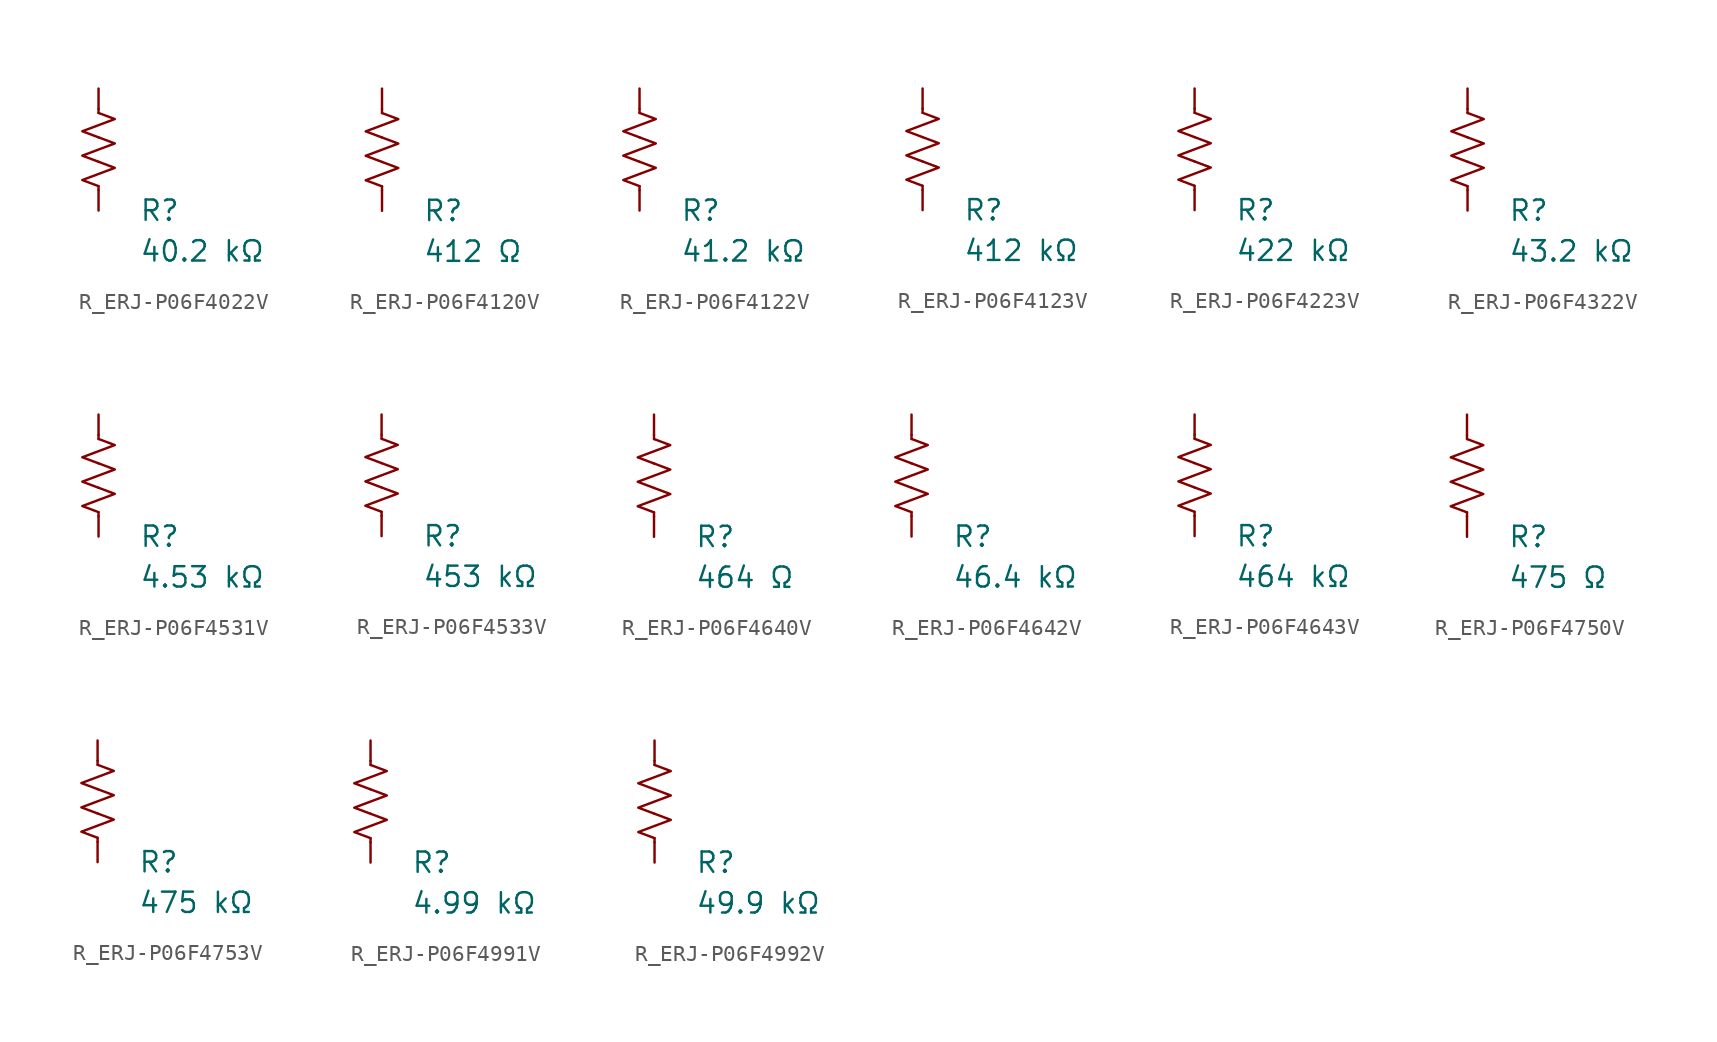
<source format=kicad_sym>
(kicad_symbol_lib
  (version 20231120)
  (generator "kicad_symbol_editor")
  (generator_version "8.0")
  (symbol "R_ERJ-P06F4022V"
    (pin_numbers hide)
    (pin_names
      (offset 0))
    (property "Reference" "R"
      (at 2.54 -3.81 0)
      (effects (font (size 1.27 1.27)) (justify left))
      (show_name no))
    (property "Value" "40.2 kΩ"
      (at 2.54 -6.35 0)
      (effects (font (size 1.27 1.27)) (justify left))
      (show_name no))
    (symbol "R_ERJ-P06F4022V_0_1"
      (polyline (pts (xy 0 -2.286) (xy 0 -2.54)) (stroke (width 0) (type default)) (fill (type none)))
      (polyline (pts (xy 0 2.286) (xy 0 2.54)) (stroke (width 0) (type default)) (fill (type none)))
      (polyline (pts (xy 0 -0.762) (xy 1.016 -1.143) (xy 0 -1.524) (xy -1.016 -1.905) (xy 0 -2.286)) (stroke (width 0) (type default)) (fill (type none)))
      (polyline (pts (xy 0 0.762) (xy 1.016 0.381) (xy 0 0) (xy -1.016 -0.381) (xy 0 -0.762)) (stroke (width 0) (type default)) (fill (type none)))
      (polyline (pts (xy 0 2.286) (xy 1.016 1.905) (xy 0 1.524) (xy -1.016 1.143) (xy 0 0.762)) (stroke (width 0) (type default)) (fill (type none))))
    (symbol "R_ERJ-P06F4022V_1_1"
      (pin passive line (at 0 3.81 270) (length 1.27) (name "~" (effects (font (size 1.27 1.27)))) (number "1" (effects (font (size 1.27 1.27)))))
      (pin passive line (at 0 -3.81 90) (length 1.27) (name "~" (effects (font (size 1.27 1.27)))) (number "2" (effects (font (size 1.27 1.27)))))))
  (symbol "R_ERJ-P06F4120V"
    (pin_numbers hide)
    (pin_names
      (offset 0))
    (property "Reference" "R"
      (at 2.54 -3.81 0)
      (effects (font (size 1.27 1.27)) (justify left))
      (show_name no))
    (property "Value" "412 Ω"
      (at 2.54 -6.35 0)
      (effects (font (size 1.27 1.27)) (justify left))
      (show_name no))
    (symbol "R_ERJ-P06F4120V_0_1"
      (polyline (pts (xy 0 -2.286) (xy 0 -2.54)) (stroke (width 0) (type default)) (fill (type none)))
      (polyline (pts (xy 0 2.286) (xy 0 2.54)) (stroke (width 0) (type default)) (fill (type none)))
      (polyline (pts (xy 0 -0.762) (xy 1.016 -1.143) (xy 0 -1.524) (xy -1.016 -1.905) (xy 0 -2.286)) (stroke (width 0) (type default)) (fill (type none)))
      (polyline (pts (xy 0 0.762) (xy 1.016 0.381) (xy 0 0) (xy -1.016 -0.381) (xy 0 -0.762)) (stroke (width 0) (type default)) (fill (type none)))
      (polyline (pts (xy 0 2.286) (xy 1.016 1.905) (xy 0 1.524) (xy -1.016 1.143) (xy 0 0.762)) (stroke (width 0) (type default)) (fill (type none))))
    (symbol "R_ERJ-P06F4120V_1_1"
      (pin passive line (at 0 3.81 270) (length 1.27) (name "~" (effects (font (size 1.27 1.27)))) (number "1" (effects (font (size 1.27 1.27)))))
      (pin passive line (at 0 -3.81 90) (length 1.27) (name "~" (effects (font (size 1.27 1.27)))) (number "2" (effects (font (size 1.27 1.27)))))))
  (symbol "R_ERJ-P06F4122V"
    (pin_numbers hide)
    (pin_names
      (offset 0))
    (property "Reference" "R"
      (at 2.54 -3.81 0)
      (effects (font (size 1.27 1.27)) (justify left))
      (show_name no))
    (property "Value" "41.2 kΩ"
      (at 2.54 -6.35 0)
      (effects (font (size 1.27 1.27)) (justify left))
      (show_name no))
    (symbol "R_ERJ-P06F4122V_0_1"
      (polyline (pts (xy 0 -2.286) (xy 0 -2.54)) (stroke (width 0) (type default)) (fill (type none)))
      (polyline (pts (xy 0 2.286) (xy 0 2.54)) (stroke (width 0) (type default)) (fill (type none)))
      (polyline (pts (xy 0 -0.762) (xy 1.016 -1.143) (xy 0 -1.524) (xy -1.016 -1.905) (xy 0 -2.286)) (stroke (width 0) (type default)) (fill (type none)))
      (polyline (pts (xy 0 0.762) (xy 1.016 0.381) (xy 0 0) (xy -1.016 -0.381) (xy 0 -0.762)) (stroke (width 0) (type default)) (fill (type none)))
      (polyline (pts (xy 0 2.286) (xy 1.016 1.905) (xy 0 1.524) (xy -1.016 1.143) (xy 0 0.762)) (stroke (width 0) (type default)) (fill (type none))))
    (symbol "R_ERJ-P06F4122V_1_1"
      (pin passive line (at 0 3.81 270) (length 1.27) (name "~" (effects (font (size 1.27 1.27)))) (number "1" (effects (font (size 1.27 1.27)))))
      (pin passive line (at 0 -3.81 90) (length 1.27) (name "~" (effects (font (size 1.27 1.27)))) (number "2" (effects (font (size 1.27 1.27)))))))
  (symbol "R_ERJ-P06F4123V"
    (pin_numbers hide)
    (pin_names
      (offset 0))
    (property "Reference" "R"
      (at 2.54 -3.81 0)
      (effects (font (size 1.27 1.27)) (justify left))
      (show_name no))
    (property "Value" "412 kΩ"
      (at 2.54 -6.35 0)
      (effects (font (size 1.27 1.27)) (justify left))
      (show_name no))
    (symbol "R_ERJ-P06F4123V_0_1"
      (polyline (pts (xy 0 -2.286) (xy 0 -2.54)) (stroke (width 0) (type default)) (fill (type none)))
      (polyline (pts (xy 0 2.286) (xy 0 2.54)) (stroke (width 0) (type default)) (fill (type none)))
      (polyline (pts (xy 0 -0.762) (xy 1.016 -1.143) (xy 0 -1.524) (xy -1.016 -1.905) (xy 0 -2.286)) (stroke (width 0) (type default)) (fill (type none)))
      (polyline (pts (xy 0 0.762) (xy 1.016 0.381) (xy 0 0) (xy -1.016 -0.381) (xy 0 -0.762)) (stroke (width 0) (type default)) (fill (type none)))
      (polyline (pts (xy 0 2.286) (xy 1.016 1.905) (xy 0 1.524) (xy -1.016 1.143) (xy 0 0.762)) (stroke (width 0) (type default)) (fill (type none))))
    (symbol "R_ERJ-P06F4123V_1_1"
      (pin passive line (at 0 3.81 270) (length 1.27) (name "~" (effects (font (size 1.27 1.27)))) (number "1" (effects (font (size 1.27 1.27)))))
      (pin passive line (at 0 -3.81 90) (length 1.27) (name "~" (effects (font (size 1.27 1.27)))) (number "2" (effects (font (size 1.27 1.27)))))))
  (symbol "R_ERJ-P06F4223V"
    (pin_numbers hide)
    (pin_names
      (offset 0))
    (property "Reference" "R"
      (at 2.54 -3.81 0)
      (effects (font (size 1.27 1.27)) (justify left))
      (show_name no))
    (property "Value" "422 kΩ"
      (at 2.54 -6.35 0)
      (effects (font (size 1.27 1.27)) (justify left))
      (show_name no))
    (symbol "R_ERJ-P06F4223V_0_1"
      (polyline (pts (xy 0 -2.286) (xy 0 -2.54)) (stroke (width 0) (type default)) (fill (type none)))
      (polyline (pts (xy 0 2.286) (xy 0 2.54)) (stroke (width 0) (type default)) (fill (type none)))
      (polyline (pts (xy 0 -0.762) (xy 1.016 -1.143) (xy 0 -1.524) (xy -1.016 -1.905) (xy 0 -2.286)) (stroke (width 0) (type default)) (fill (type none)))
      (polyline (pts (xy 0 0.762) (xy 1.016 0.381) (xy 0 0) (xy -1.016 -0.381) (xy 0 -0.762)) (stroke (width 0) (type default)) (fill (type none)))
      (polyline (pts (xy 0 2.286) (xy 1.016 1.905) (xy 0 1.524) (xy -1.016 1.143) (xy 0 0.762)) (stroke (width 0) (type default)) (fill (type none))))
    (symbol "R_ERJ-P06F4223V_1_1"
      (pin passive line (at 0 3.81 270) (length 1.27) (name "~" (effects (font (size 1.27 1.27)))) (number "1" (effects (font (size 1.27 1.27)))))
      (pin passive line (at 0 -3.81 90) (length 1.27) (name "~" (effects (font (size 1.27 1.27)))) (number "2" (effects (font (size 1.27 1.27)))))))
  (symbol "R_ERJ-P06F4322V"
    (pin_numbers hide)
    (pin_names
      (offset 0))
    (property "Reference" "R"
      (at 2.54 -3.81 0)
      (effects (font (size 1.27 1.27)) (justify left))
      (show_name no))
    (property "Value" "43.2 kΩ"
      (at 2.54 -6.35 0)
      (effects (font (size 1.27 1.27)) (justify left))
      (show_name no))
    (symbol "R_ERJ-P06F4322V_0_1"
      (polyline (pts (xy 0 -2.286) (xy 0 -2.54)) (stroke (width 0) (type default)) (fill (type none)))
      (polyline (pts (xy 0 2.286) (xy 0 2.54)) (stroke (width 0) (type default)) (fill (type none)))
      (polyline (pts (xy 0 -0.762) (xy 1.016 -1.143) (xy 0 -1.524) (xy -1.016 -1.905) (xy 0 -2.286)) (stroke (width 0) (type default)) (fill (type none)))
      (polyline (pts (xy 0 0.762) (xy 1.016 0.381) (xy 0 0) (xy -1.016 -0.381) (xy 0 -0.762)) (stroke (width 0) (type default)) (fill (type none)))
      (polyline (pts (xy 0 2.286) (xy 1.016 1.905) (xy 0 1.524) (xy -1.016 1.143) (xy 0 0.762)) (stroke (width 0) (type default)) (fill (type none))))
    (symbol "R_ERJ-P06F4322V_1_1"
      (pin passive line (at 0 3.81 270) (length 1.27) (name "~" (effects (font (size 1.27 1.27)))) (number "1" (effects (font (size 1.27 1.27)))))
      (pin passive line (at 0 -3.81 90) (length 1.27) (name "~" (effects (font (size 1.27 1.27)))) (number "2" (effects (font (size 1.27 1.27)))))))
  (symbol "R_ERJ-P06F4531V"
    (pin_numbers hide)
    (pin_names
      (offset 0))
    (property "Reference" "R"
      (at 2.54 -3.81 0)
      (effects (font (size 1.27 1.27)) (justify left))
      (show_name no))
    (property "Value" "4.53 kΩ"
      (at 2.54 -6.35 0)
      (effects (font (size 1.27 1.27)) (justify left))
      (show_name no))
    (symbol "R_ERJ-P06F4531V_0_1"
      (polyline (pts (xy 0 -2.286) (xy 0 -2.54)) (stroke (width 0) (type default)) (fill (type none)))
      (polyline (pts (xy 0 2.286) (xy 0 2.54)) (stroke (width 0) (type default)) (fill (type none)))
      (polyline (pts (xy 0 -0.762) (xy 1.016 -1.143) (xy 0 -1.524) (xy -1.016 -1.905) (xy 0 -2.286)) (stroke (width 0) (type default)) (fill (type none)))
      (polyline (pts (xy 0 0.762) (xy 1.016 0.381) (xy 0 0) (xy -1.016 -0.381) (xy 0 -0.762)) (stroke (width 0) (type default)) (fill (type none)))
      (polyline (pts (xy 0 2.286) (xy 1.016 1.905) (xy 0 1.524) (xy -1.016 1.143) (xy 0 0.762)) (stroke (width 0) (type default)) (fill (type none))))
    (symbol "R_ERJ-P06F4531V_1_1"
      (pin passive line (at 0 3.81 270) (length 1.27) (name "~" (effects (font (size 1.27 1.27)))) (number "1" (effects (font (size 1.27 1.27)))))
      (pin passive line (at 0 -3.81 90) (length 1.27) (name "~" (effects (font (size 1.27 1.27)))) (number "2" (effects (font (size 1.27 1.27)))))))
  (symbol "R_ERJ-P06F4533V"
    (pin_numbers hide)
    (pin_names
      (offset 0))
    (property "Reference" "R"
      (at 2.54 -3.81 0)
      (effects (font (size 1.27 1.27)) (justify left))
      (show_name no))
    (property "Value" "453 kΩ"
      (at 2.54 -6.35 0)
      (effects (font (size 1.27 1.27)) (justify left))
      (show_name no))
    (symbol "R_ERJ-P06F4533V_0_1"
      (polyline (pts (xy 0 -2.286) (xy 0 -2.54)) (stroke (width 0) (type default)) (fill (type none)))
      (polyline (pts (xy 0 2.286) (xy 0 2.54)) (stroke (width 0) (type default)) (fill (type none)))
      (polyline (pts (xy 0 -0.762) (xy 1.016 -1.143) (xy 0 -1.524) (xy -1.016 -1.905) (xy 0 -2.286)) (stroke (width 0) (type default)) (fill (type none)))
      (polyline (pts (xy 0 0.762) (xy 1.016 0.381) (xy 0 0) (xy -1.016 -0.381) (xy 0 -0.762)) (stroke (width 0) (type default)) (fill (type none)))
      (polyline (pts (xy 0 2.286) (xy 1.016 1.905) (xy 0 1.524) (xy -1.016 1.143) (xy 0 0.762)) (stroke (width 0) (type default)) (fill (type none))))
    (symbol "R_ERJ-P06F4533V_1_1"
      (pin passive line (at 0 3.81 270) (length 1.27) (name "~" (effects (font (size 1.27 1.27)))) (number "1" (effects (font (size 1.27 1.27)))))
      (pin passive line (at 0 -3.81 90) (length 1.27) (name "~" (effects (font (size 1.27 1.27)))) (number "2" (effects (font (size 1.27 1.27)))))))
  (symbol "R_ERJ-P06F4640V"
    (pin_numbers hide)
    (pin_names
      (offset 0))
    (property "Reference" "R"
      (at 2.54 -3.81 0)
      (effects (font (size 1.27 1.27)) (justify left))
      (show_name no))
    (property "Value" "464 Ω"
      (at 2.54 -6.35 0)
      (effects (font (size 1.27 1.27)) (justify left))
      (show_name no))
    (symbol "R_ERJ-P06F4640V_0_1"
      (polyline (pts (xy 0 -2.286) (xy 0 -2.54)) (stroke (width 0) (type default)) (fill (type none)))
      (polyline (pts (xy 0 2.286) (xy 0 2.54)) (stroke (width 0) (type default)) (fill (type none)))
      (polyline (pts (xy 0 -0.762) (xy 1.016 -1.143) (xy 0 -1.524) (xy -1.016 -1.905) (xy 0 -2.286)) (stroke (width 0) (type default)) (fill (type none)))
      (polyline (pts (xy 0 0.762) (xy 1.016 0.381) (xy 0 0) (xy -1.016 -0.381) (xy 0 -0.762)) (stroke (width 0) (type default)) (fill (type none)))
      (polyline (pts (xy 0 2.286) (xy 1.016 1.905) (xy 0 1.524) (xy -1.016 1.143) (xy 0 0.762)) (stroke (width 0) (type default)) (fill (type none))))
    (symbol "R_ERJ-P06F4640V_1_1"
      (pin passive line (at 0 3.81 270) (length 1.27) (name "~" (effects (font (size 1.27 1.27)))) (number "1" (effects (font (size 1.27 1.27)))))
      (pin passive line (at 0 -3.81 90) (length 1.27) (name "~" (effects (font (size 1.27 1.27)))) (number "2" (effects (font (size 1.27 1.27)))))))
  (symbol "R_ERJ-P06F4642V"
    (pin_numbers hide)
    (pin_names
      (offset 0))
    (property "Reference" "R"
      (at 2.54 -3.81 0)
      (effects (font (size 1.27 1.27)) (justify left))
      (show_name no))
    (property "Value" "46.4 kΩ"
      (at 2.54 -6.35 0)
      (effects (font (size 1.27 1.27)) (justify left))
      (show_name no))
    (symbol "R_ERJ-P06F4642V_0_1"
      (polyline (pts (xy 0 -2.286) (xy 0 -2.54)) (stroke (width 0) (type default)) (fill (type none)))
      (polyline (pts (xy 0 2.286) (xy 0 2.54)) (stroke (width 0) (type default)) (fill (type none)))
      (polyline (pts (xy 0 -0.762) (xy 1.016 -1.143) (xy 0 -1.524) (xy -1.016 -1.905) (xy 0 -2.286)) (stroke (width 0) (type default)) (fill (type none)))
      (polyline (pts (xy 0 0.762) (xy 1.016 0.381) (xy 0 0) (xy -1.016 -0.381) (xy 0 -0.762)) (stroke (width 0) (type default)) (fill (type none)))
      (polyline (pts (xy 0 2.286) (xy 1.016 1.905) (xy 0 1.524) (xy -1.016 1.143) (xy 0 0.762)) (stroke (width 0) (type default)) (fill (type none))))
    (symbol "R_ERJ-P06F4642V_1_1"
      (pin passive line (at 0 3.81 270) (length 1.27) (name "~" (effects (font (size 1.27 1.27)))) (number "1" (effects (font (size 1.27 1.27)))))
      (pin passive line (at 0 -3.81 90) (length 1.27) (name "~" (effects (font (size 1.27 1.27)))) (number "2" (effects (font (size 1.27 1.27)))))))
  (symbol "R_ERJ-P06F4643V"
    (pin_numbers hide)
    (pin_names
      (offset 0))
    (property "Reference" "R"
      (at 2.54 -3.81 0)
      (effects (font (size 1.27 1.27)) (justify left))
      (show_name no))
    (property "Value" "464 kΩ"
      (at 2.54 -6.35 0)
      (effects (font (size 1.27 1.27)) (justify left))
      (show_name no))
    (symbol "R_ERJ-P06F4643V_0_1"
      (polyline (pts (xy 0 -2.286) (xy 0 -2.54)) (stroke (width 0) (type default)) (fill (type none)))
      (polyline (pts (xy 0 2.286) (xy 0 2.54)) (stroke (width 0) (type default)) (fill (type none)))
      (polyline (pts (xy 0 -0.762) (xy 1.016 -1.143) (xy 0 -1.524) (xy -1.016 -1.905) (xy 0 -2.286)) (stroke (width 0) (type default)) (fill (type none)))
      (polyline (pts (xy 0 0.762) (xy 1.016 0.381) (xy 0 0) (xy -1.016 -0.381) (xy 0 -0.762)) (stroke (width 0) (type default)) (fill (type none)))
      (polyline (pts (xy 0 2.286) (xy 1.016 1.905) (xy 0 1.524) (xy -1.016 1.143) (xy 0 0.762)) (stroke (width 0) (type default)) (fill (type none))))
    (symbol "R_ERJ-P06F4643V_1_1"
      (pin passive line (at 0 3.81 270) (length 1.27) (name "~" (effects (font (size 1.27 1.27)))) (number "1" (effects (font (size 1.27 1.27)))))
      (pin passive line (at 0 -3.81 90) (length 1.27) (name "~" (effects (font (size 1.27 1.27)))) (number "2" (effects (font (size 1.27 1.27)))))))
  (symbol "R_ERJ-P06F4750V"
    (pin_numbers hide)
    (pin_names
      (offset 0))
    (property "Reference" "R"
      (at 2.54 -3.81 0)
      (effects (font (size 1.27 1.27)) (justify left))
      (show_name no))
    (property "Value" "475 Ω"
      (at 2.54 -6.35 0)
      (effects (font (size 1.27 1.27)) (justify left))
      (show_name no))
    (symbol "R_ERJ-P06F4750V_0_1"
      (polyline (pts (xy 0 -2.286) (xy 0 -2.54)) (stroke (width 0) (type default)) (fill (type none)))
      (polyline (pts (xy 0 2.286) (xy 0 2.54)) (stroke (width 0) (type default)) (fill (type none)))
      (polyline (pts (xy 0 -0.762) (xy 1.016 -1.143) (xy 0 -1.524) (xy -1.016 -1.905) (xy 0 -2.286)) (stroke (width 0) (type default)) (fill (type none)))
      (polyline (pts (xy 0 0.762) (xy 1.016 0.381) (xy 0 0) (xy -1.016 -0.381) (xy 0 -0.762)) (stroke (width 0) (type default)) (fill (type none)))
      (polyline (pts (xy 0 2.286) (xy 1.016 1.905) (xy 0 1.524) (xy -1.016 1.143) (xy 0 0.762)) (stroke (width 0) (type default)) (fill (type none))))
    (symbol "R_ERJ-P06F4750V_1_1"
      (pin passive line (at 0 3.81 270) (length 1.27) (name "~" (effects (font (size 1.27 1.27)))) (number "1" (effects (font (size 1.27 1.27)))))
      (pin passive line (at 0 -3.81 90) (length 1.27) (name "~" (effects (font (size 1.27 1.27)))) (number "2" (effects (font (size 1.27 1.27)))))))
  (symbol "R_ERJ-P06F4753V"
    (pin_numbers hide)
    (pin_names
      (offset 0))
    (property "Reference" "R"
      (at 2.54 -3.81 0)
      (effects (font (size 1.27 1.27)) (justify left))
      (show_name no))
    (property "Value" "475 kΩ"
      (at 2.54 -6.35 0)
      (effects (font (size 1.27 1.27)) (justify left))
      (show_name no))
    (symbol "R_ERJ-P06F4753V_0_1"
      (polyline (pts (xy 0 -2.286) (xy 0 -2.54)) (stroke (width 0) (type default)) (fill (type none)))
      (polyline (pts (xy 0 2.286) (xy 0 2.54)) (stroke (width 0) (type default)) (fill (type none)))
      (polyline (pts (xy 0 -0.762) (xy 1.016 -1.143) (xy 0 -1.524) (xy -1.016 -1.905) (xy 0 -2.286)) (stroke (width 0) (type default)) (fill (type none)))
      (polyline (pts (xy 0 0.762) (xy 1.016 0.381) (xy 0 0) (xy -1.016 -0.381) (xy 0 -0.762)) (stroke (width 0) (type default)) (fill (type none)))
      (polyline (pts (xy 0 2.286) (xy 1.016 1.905) (xy 0 1.524) (xy -1.016 1.143) (xy 0 0.762)) (stroke (width 0) (type default)) (fill (type none))))
    (symbol "R_ERJ-P06F4753V_1_1"
      (pin passive line (at 0 3.81 270) (length 1.27) (name "~" (effects (font (size 1.27 1.27)))) (number "1" (effects (font (size 1.27 1.27)))))
      (pin passive line (at 0 -3.81 90) (length 1.27) (name "~" (effects (font (size 1.27 1.27)))) (number "2" (effects (font (size 1.27 1.27)))))))
  (symbol "R_ERJ-P06F4991V"
    (pin_numbers hide)
    (pin_names
      (offset 0))
    (property "Reference" "R"
      (at 2.54 -3.81 0)
      (effects (font (size 1.27 1.27)) (justify left))
      (show_name no))
    (property "Value" "4.99 kΩ"
      (at 2.54 -6.35 0)
      (effects (font (size 1.27 1.27)) (justify left))
      (show_name no))
    (symbol "R_ERJ-P06F4991V_0_1"
      (polyline (pts (xy 0 -2.286) (xy 0 -2.54)) (stroke (width 0) (type default)) (fill (type none)))
      (polyline (pts (xy 0 2.286) (xy 0 2.54)) (stroke (width 0) (type default)) (fill (type none)))
      (polyline (pts (xy 0 -0.762) (xy 1.016 -1.143) (xy 0 -1.524) (xy -1.016 -1.905) (xy 0 -2.286)) (stroke (width 0) (type default)) (fill (type none)))
      (polyline (pts (xy 0 0.762) (xy 1.016 0.381) (xy 0 0) (xy -1.016 -0.381) (xy 0 -0.762)) (stroke (width 0) (type default)) (fill (type none)))
      (polyline (pts (xy 0 2.286) (xy 1.016 1.905) (xy 0 1.524) (xy -1.016 1.143) (xy 0 0.762)) (stroke (width 0) (type default)) (fill (type none))))
    (symbol "R_ERJ-P06F4991V_1_1"
      (pin passive line (at 0 3.81 270) (length 1.27) (name "~" (effects (font (size 1.27 1.27)))) (number "1" (effects (font (size 1.27 1.27)))))
      (pin passive line (at 0 -3.81 90) (length 1.27) (name "~" (effects (font (size 1.27 1.27)))) (number "2" (effects (font (size 1.27 1.27)))))))
  (symbol "R_ERJ-P06F4992V"
    (pin_numbers hide)
    (pin_names
      (offset 0))
    (property "Reference" "R"
      (at 2.54 -3.81 0)
      (effects (font (size 1.27 1.27)) (justify left))
      (show_name no))
    (property "Value" "49.9 kΩ"
      (at 2.54 -6.35 0)
      (effects (font (size 1.27 1.27)) (justify left))
      (show_name no))
    (symbol "R_ERJ-P06F4992V_0_1"
      (polyline (pts (xy 0 -2.286) (xy 0 -2.54)) (stroke (width 0) (type default)) (fill (type none)))
      (polyline (pts (xy 0 2.286) (xy 0 2.54)) (stroke (width 0) (type default)) (fill (type none)))
      (polyline (pts (xy 0 -0.762) (xy 1.016 -1.143) (xy 0 -1.524) (xy -1.016 -1.905) (xy 0 -2.286)) (stroke (width 0) (type default)) (fill (type none)))
      (polyline (pts (xy 0 0.762) (xy 1.016 0.381) (xy 0 0) (xy -1.016 -0.381) (xy 0 -0.762)) (stroke (width 0) (type default)) (fill (type none)))
      (polyline (pts (xy 0 2.286) (xy 1.016 1.905) (xy 0 1.524) (xy -1.016 1.143) (xy 0 0.762)) (stroke (width 0) (type default)) (fill (type none))))
    (symbol "R_ERJ-P06F4992V_1_1"
      (pin passive line (at 0 3.81 270) (length 1.27) (name "~" (effects (font (size 1.27 1.27)))) (number "1" (effects (font (size 1.27 1.27)))))
      (pin passive line (at 0 -3.81 90) (length 1.27) (name "~" (effects (font (size 1.27 1.27)))) (number "2" (effects (font (size 1.27 1.27))))))))
</source>
